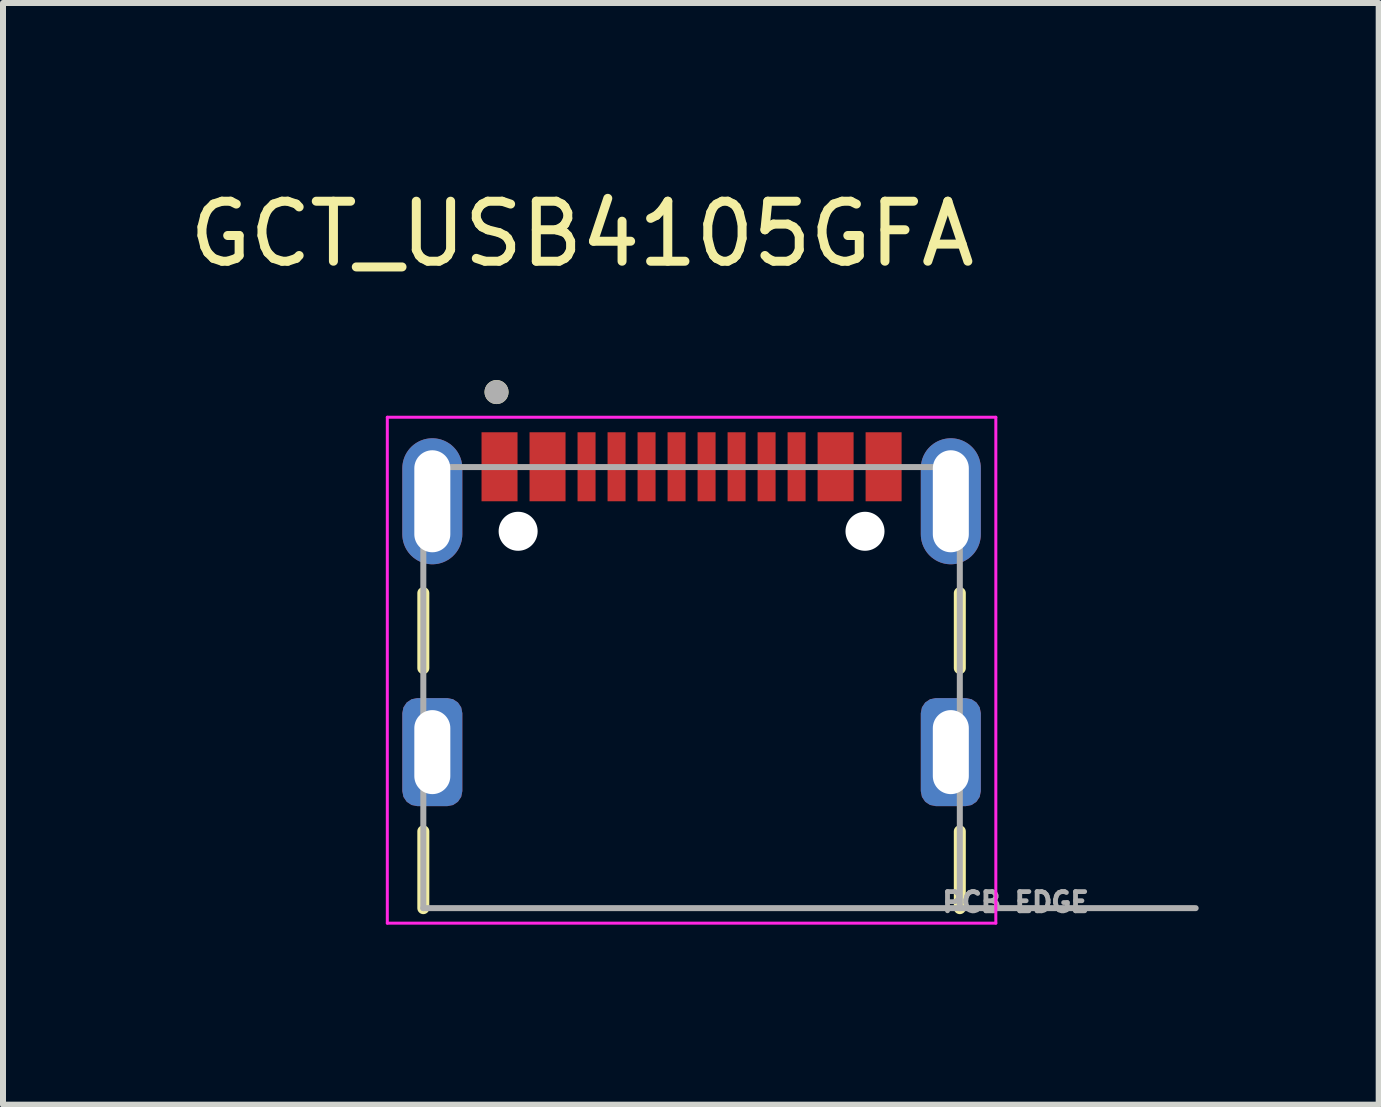
<source format=kicad_pcb>
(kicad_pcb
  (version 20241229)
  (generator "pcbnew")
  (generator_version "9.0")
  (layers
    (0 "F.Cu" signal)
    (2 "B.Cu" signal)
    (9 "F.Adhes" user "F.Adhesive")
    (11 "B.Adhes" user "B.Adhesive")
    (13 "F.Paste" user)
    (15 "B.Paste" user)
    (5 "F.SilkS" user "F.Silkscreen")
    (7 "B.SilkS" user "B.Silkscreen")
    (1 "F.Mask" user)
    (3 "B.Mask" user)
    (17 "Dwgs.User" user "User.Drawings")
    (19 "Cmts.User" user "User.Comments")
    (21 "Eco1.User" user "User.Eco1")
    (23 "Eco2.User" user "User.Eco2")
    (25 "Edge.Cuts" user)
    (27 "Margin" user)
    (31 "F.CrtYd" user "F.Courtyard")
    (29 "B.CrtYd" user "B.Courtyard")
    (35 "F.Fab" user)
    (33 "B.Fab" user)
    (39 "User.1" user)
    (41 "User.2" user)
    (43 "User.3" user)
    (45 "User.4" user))
  (footprint "GCT_USB4105GFA"
    (layer "F.Cu")
    (at 8.474 9.483)
    (property "Reference" "GCT_USB4105GFA" (at -1.825 -8.635 0) (layer "F.SilkS") (effects (font (size 1 1) (thickness 0.15))))
    (attr smd)
    (fp_line (start -4.47 -2.65) (end -4.47 -1.4) (stroke (width 0.2) (type solid)) (layer "F.SilkS"))
    (fp_line (start -4.47 1.32) (end -4.47 2.6) (stroke (width 0.2) (type solid)) (layer "F.SilkS"))
    (fp_line (start 4.47 -2.65) (end 4.47 -1.4) (stroke (width 0.2) (type solid)) (layer "F.SilkS"))
    (fp_line (start 4.47 2.6) (end 4.47 1.32) (stroke (width 0.2) (type solid)) (layer "F.SilkS"))
    (fp_circle (center -3.25 -6) (end -3.15 -6) (stroke (width 0.2) (type solid)) (fill no) (layer "F.SilkS"))
    (fp_line (start -5.07 -5.58) (end -5.07 2.85) (stroke (width 0.05) (type solid)) (layer "F.CrtYd"))
    (fp_line (start -5.07 2.85) (end 5.07 2.85) (stroke (width 0.05) (type solid)) (layer "F.CrtYd"))
    (fp_line (start 5.07 -5.58) (end -5.07 -5.58) (stroke (width 0.05) (type solid)) (layer "F.CrtYd"))
    (fp_line (start 5.07 2.85) (end 5.07 -5.58) (stroke (width 0.05) (type solid)) (layer "F.CrtYd"))
    (fp_line (start -4.47 -4.75) (end 4.47 -4.75) (stroke (width 0.1) (type solid)) (layer "F.Fab"))
    (fp_line (start -4.47 2.6) (end -4.47 -4.75) (stroke (width 0.1) (type solid)) (layer "F.Fab"))
    (fp_line (start 4.47 -4.75) (end 4.47 2.6) (stroke (width 0.1) (type solid)) (layer "F.Fab"))
    (fp_line (start 4.47 2.6) (end -4.47 2.6) (stroke (width 0.1) (type solid)) (layer "F.Fab"))
    (fp_line (start 4.47 2.6) (end 8.4 2.6) (stroke (width 0.1) (type solid)) (layer "F.Fab"))
    (fp_circle (center -3.25 -6) (end -3.15 -6) (stroke (width 0.2) (type solid)) (fill no) (layer "F.Fab"))
    (fp_text user "PCB EDGE" (at 5.4 2.5 0) (layer "F.Fab") (effects (font (size 0.32 0.32) (thickness 0.15))))
    (pad "" np_thru_hole circle (at -2.89 -3.68) (size 0.65 0.65) (drill 0.65) (layers "*.Cu" "*.Mask"))
    (pad "" np_thru_hole circle (at 2.89 -3.68) (size 0.65 0.65) (drill 0.65) (layers "*.Cu" "*.Mask"))
    (pad "A1_B12" smd rect (at -3.2 -4.755) (size 0.6 1.15) (layers "F.Cu" "F.Mask" "F.Paste"))
    (pad "A4_B9" smd rect (at -2.4 -4.755) (size 0.6 1.15) (layers "F.Cu" "F.Mask" "F.Paste"))
    (pad "A5" smd rect (at -1.25 -4.755) (size 0.3 1.15) (layers "F.Cu" "F.Mask" "F.Paste"))
    (pad "A6" smd rect (at -0.25 -4.755) (size 0.3 1.15) (layers "F.Cu" "F.Mask" "F.Paste"))
    (pad "A7" smd rect (at 0.25 -4.755) (size 0.3 1.15) (layers "F.Cu" "F.Mask" "F.Paste"))
    (pad "A8" smd rect (at 1.25 -4.755) (size 0.3 1.15) (layers "F.Cu" "F.Mask" "F.Paste"))
    (pad "B1_A12" smd rect (at 3.2 -4.755) (size 0.6 1.15) (layers "F.Cu" "F.Mask" "F.Paste"))
    (pad "B4_A9" smd rect (at 2.4 -4.755) (size 0.6 1.15) (layers "F.Cu" "F.Mask" "F.Paste"))
    (pad "B5" smd rect (at 1.75 -4.755) (size 0.3 1.15) (layers "F.Cu" "F.Mask" "F.Paste"))
    (pad "B6" smd rect (at 0.75 -4.755) (size 0.3 1.15) (layers "F.Cu" "F.Mask" "F.Paste"))
    (pad "B7" smd rect (at -0.75 -4.755) (size 0.3 1.15) (layers "F.Cu" "F.Mask" "F.Paste"))
    (pad "B8" smd rect (at -1.75 -4.755) (size 0.3 1.15) (layers "F.Cu" "F.Mask" "F.Paste"))
    (pad "SH1" thru_hole oval (at -4.32 -4.18) (size 1 2.1) (drill oval 0.6 1.7) (layers "*.Cu" "*.Mask"))
    (pad "SH2" thru_hole oval (at 4.32 -4.18) (size 1 2.1) (drill oval 0.6 1.7) (layers "*.Cu" "*.Mask"))
    (pad "SH3" thru_hole roundrect (at -4.32 0) (size 1 1.8) (drill oval 0.6 1.4) (layers "*.Cu" "*.Mask") (roundrect_rratio 0.25))
    (pad "SH4" thru_hole roundrect (at 4.32 0) (size 1 1.8) (drill oval 0.6 1.4) (layers "*.Cu" "*.Mask") (roundrect_rratio 0.25)))
  (gr_rect
    (start -3 -3)
    (end 19.924 15.358)
    (stroke (width 0.1) (type default))
    (fill no)
    (layer "Edge.Cuts")))
</source>
